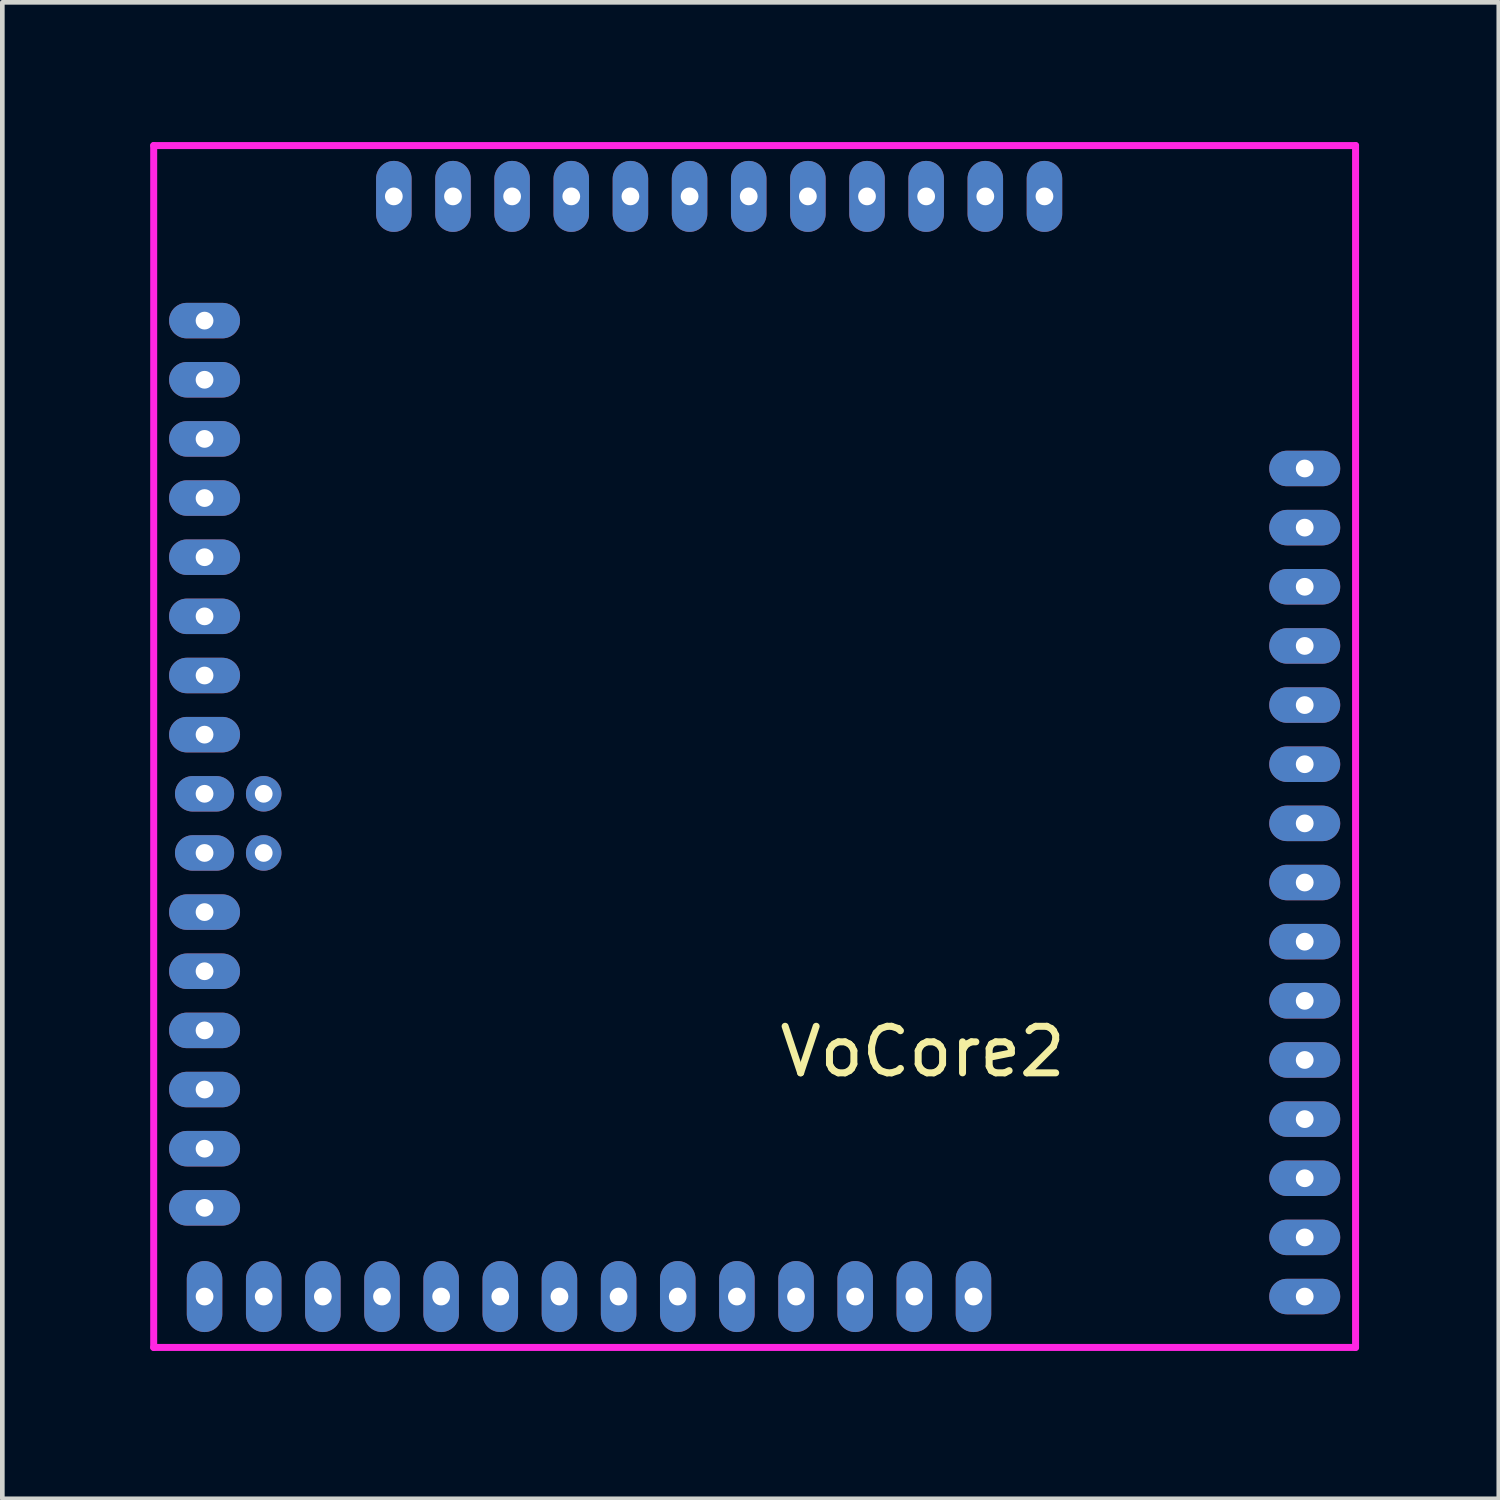
<source format=kicad_pcb>
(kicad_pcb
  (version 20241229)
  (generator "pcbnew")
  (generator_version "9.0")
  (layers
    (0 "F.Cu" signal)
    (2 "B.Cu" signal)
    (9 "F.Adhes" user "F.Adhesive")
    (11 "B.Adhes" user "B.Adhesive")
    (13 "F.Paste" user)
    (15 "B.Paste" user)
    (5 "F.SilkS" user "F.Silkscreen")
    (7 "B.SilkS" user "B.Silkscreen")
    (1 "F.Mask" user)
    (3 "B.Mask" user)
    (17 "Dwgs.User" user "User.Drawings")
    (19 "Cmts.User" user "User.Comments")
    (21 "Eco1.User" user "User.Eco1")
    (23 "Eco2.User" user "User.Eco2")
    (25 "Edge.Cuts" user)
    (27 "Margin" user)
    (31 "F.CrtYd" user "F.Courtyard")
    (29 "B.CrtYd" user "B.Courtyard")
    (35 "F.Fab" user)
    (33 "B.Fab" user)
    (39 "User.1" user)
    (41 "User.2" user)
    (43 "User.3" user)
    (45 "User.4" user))
  (footprint "VoCore2"
    (layer "F.Cu")
    (at 0.25 25.881)
    (property "Reference" "VoCore2" (at 16.51 -6.35 0) (layer "F.SilkS") (effects (font (size 1 1) (thickness 0.15))))
    (attr through_hole)
    (fp_line (start 0 0) (end 0 -25.806) (stroke (width 0.15) (type solid)) (layer "F.CrtYd"))
    (fp_line (start 0 0) (end 25.806 0) (stroke (width 0.15) (type solid)) (layer "F.CrtYd"))
    (fp_line (start 25.806 -25.806) (end 0 -25.806) (stroke (width 0.15) (type solid)) (layer "F.CrtYd"))
    (fp_line (start 25.806 0) (end 25.806 -25.806) (stroke (width 0.15) (type solid)) (layer "F.CrtYd"))
    (pad "1" thru_hole oval (at 1.092 -22.047) (size 1.524 0.762) (drill 0.381) (layers "*.Cu" "*.Mask"))
    (pad "2" thru_hole oval (at 1.092 -20.777) (size 1.524 0.762) (drill 0.381) (layers "*.Cu" "*.Mask"))
    (pad "3" thru_hole oval (at 1.092 -19.507) (size 1.524 0.762) (drill 0.381) (layers "*.Cu" "*.Mask"))
    (pad "4" thru_hole oval (at 1.092 -18.237) (size 1.524 0.762) (drill 0.381) (layers "*.Cu" "*.Mask"))
    (pad "5" thru_hole oval (at 1.092 -16.967) (size 1.524 0.762) (drill 0.381) (layers "*.Cu" "*.Mask"))
    (pad "6" thru_hole oval (at 1.092 -15.697) (size 1.524 0.762) (drill 0.381) (layers "*.Cu" "*.Mask"))
    (pad "7" thru_hole oval (at 1.092 -14.427) (size 1.524 0.762) (drill 0.381) (layers "*.Cu" "*.Mask"))
    (pad "8" thru_hole oval (at 1.092 -13.157) (size 1.524 0.762) (drill 0.381) (layers "*.Cu" "*.Mask"))
    (pad "9" thru_hole oval (at 1.092 -11.887) (size 1.27 0.762) (drill 0.381) (layers "*.Cu" "*.Mask"))
    (pad "10" thru_hole oval (at 1.092 -10.617) (size 1.27 0.762) (drill 0.381) (layers "*.Cu" "*.Mask"))
    (pad "11" thru_hole oval (at 1.092 -9.347) (size 1.524 0.762) (drill 0.381) (layers "*.Cu" "*.Mask"))
    (pad "12" thru_hole oval (at 1.092 -8.077) (size 1.524 0.762) (drill 0.381) (layers "*.Cu" "*.Mask"))
    (pad "13" thru_hole oval (at 1.092 -6.807) (size 1.524 0.762) (drill 0.381) (layers "*.Cu" "*.Mask"))
    (pad "14" thru_hole oval (at 1.092 -5.537) (size 1.524 0.762) (drill 0.381) (layers "*.Cu" "*.Mask"))
    (pad "15" thru_hole oval (at 1.092 -4.267) (size 1.524 0.762) (drill 0.381) (layers "*.Cu" "*.Mask"))
    (pad "16" thru_hole oval (at 1.092 -2.997) (size 1.524 0.762) (drill 0.381) (layers "*.Cu" "*.Mask"))
    (pad "17" thru_hole oval (at 1.092 -1.092) (size 0.762 1.524) (drill 0.381) (layers "*.Cu" "*.Mask"))
    (pad "18" thru_hole oval (at 2.362 -1.092) (size 0.762 1.524) (drill 0.381) (layers "*.Cu" "*.Mask"))
    (pad "19" thru_hole oval (at 3.632 -1.092) (size 0.762 1.524) (drill 0.381) (layers "*.Cu" "*.Mask"))
    (pad "20" thru_hole oval (at 4.902 -1.092) (size 0.762 1.524) (drill 0.381) (layers "*.Cu" "*.Mask"))
    (pad "21" thru_hole oval (at 6.172 -1.092) (size 0.762 1.524) (drill 0.381) (layers "*.Cu" "*.Mask"))
    (pad "22" thru_hole oval (at 7.442 -1.092) (size 0.762 1.524) (drill 0.381) (layers "*.Cu" "*.Mask"))
    (pad "23" thru_hole oval (at 8.712 -1.092) (size 0.762 1.524) (drill 0.381) (layers "*.Cu" "*.Mask"))
    (pad "24" thru_hole oval (at 9.982 -1.092) (size 0.762 1.524) (drill 0.381) (layers "*.Cu" "*.Mask"))
    (pad "25" thru_hole oval (at 11.252 -1.092) (size 0.762 1.524) (drill 0.381) (layers "*.Cu" "*.Mask"))
    (pad "26" thru_hole oval (at 12.522 -1.092) (size 0.762 1.524) (drill 0.381) (layers "*.Cu" "*.Mask"))
    (pad "27" thru_hole oval (at 13.792 -1.092) (size 0.762 1.524) (drill 0.381) (layers "*.Cu" "*.Mask"))
    (pad "28" thru_hole oval (at 15.062 -1.092) (size 0.762 1.524) (drill 0.381) (layers "*.Cu" "*.Mask"))
    (pad "29" thru_hole oval (at 16.332 -1.092) (size 0.762 1.524) (drill 0.381) (layers "*.Cu" "*.Mask"))
    (pad "30" thru_hole oval (at 17.602 -1.092) (size 0.762 1.524) (drill 0.381) (layers "*.Cu" "*.Mask"))
    (pad "31" thru_hole oval (at 5.156 -24.714) (size 0.762 1.524) (drill 0.381) (layers "*.Cu" "*.Mask"))
    (pad "32" thru_hole oval (at 6.426 -24.714) (size 0.762 1.524) (drill 0.381) (layers "*.Cu" "*.Mask"))
    (pad "33" thru_hole oval (at 7.696 -24.714) (size 0.762 1.524) (drill 0.381) (layers "*.Cu" "*.Mask"))
    (pad "34" thru_hole oval (at 8.966 -24.714) (size 0.762 1.524) (drill 0.381) (layers "*.Cu" "*.Mask"))
    (pad "35" thru_hole oval (at 10.236 -24.714) (size 0.762 1.524) (drill 0.381) (layers "*.Cu" "*.Mask"))
    (pad "36" thru_hole oval (at 11.506 -24.714) (size 0.762 1.524) (drill 0.381) (layers "*.Cu" "*.Mask"))
    (pad "37" thru_hole oval (at 12.776 -24.714) (size 0.762 1.524) (drill 0.381) (layers "*.Cu" "*.Mask"))
    (pad "38" thru_hole oval (at 14.046 -24.714) (size 0.762 1.524) (drill 0.381) (layers "*.Cu" "*.Mask"))
    (pad "39" thru_hole oval (at 15.316 -24.714) (size 0.762 1.524) (drill 0.381) (layers "*.Cu" "*.Mask"))
    (pad "40" thru_hole oval (at 16.586 -24.714) (size 0.762 1.524) (drill 0.381) (layers "*.Cu" "*.Mask"))
    (pad "41" thru_hole oval (at 17.856 -24.714) (size 0.762 1.524) (drill 0.381) (layers "*.Cu" "*.Mask"))
    (pad "42" thru_hole oval (at 19.126 -24.714) (size 0.762 1.524) (drill 0.381) (layers "*.Cu" "*.Mask"))
    (pad "43" thru_hole oval (at 24.714 -18.872) (size 1.524 0.762) (drill 0.381) (layers "*.Cu" "*.Mask"))
    (pad "44" thru_hole oval (at 24.714 -17.602) (size 1.524 0.762) (drill 0.381) (layers "*.Cu" "*.Mask"))
    (pad "45" thru_hole oval (at 24.714 -16.332) (size 1.524 0.762) (drill 0.381) (layers "*.Cu" "*.Mask"))
    (pad "46" thru_hole oval (at 24.714 -15.062) (size 1.524 0.762) (drill 0.381) (layers "*.Cu" "*.Mask"))
    (pad "47" thru_hole oval (at 24.714 -13.792) (size 1.524 0.762) (drill 0.381) (layers "*.Cu" "*.Mask"))
    (pad "48" thru_hole oval (at 24.714 -12.522) (size 1.524 0.762) (drill 0.381) (layers "*.Cu" "*.Mask"))
    (pad "49" thru_hole oval (at 24.714 -11.252) (size 1.524 0.762) (drill 0.381) (layers "*.Cu" "*.Mask"))
    (pad "50" thru_hole oval (at 24.714 -9.982) (size 1.524 0.762) (drill 0.381) (layers "*.Cu" "*.Mask"))
    (pad "51" thru_hole oval (at 24.714 -8.712) (size 1.524 0.762) (drill 0.381) (layers "*.Cu" "*.Mask"))
    (pad "52" thru_hole oval (at 24.714 -7.442) (size 1.524 0.762) (drill 0.381) (layers "*.Cu" "*.Mask"))
    (pad "53" thru_hole oval (at 24.714 -6.172) (size 1.524 0.762) (drill 0.381) (layers "*.Cu" "*.Mask"))
    (pad "54" thru_hole oval (at 24.714 -4.902) (size 1.524 0.762) (drill 0.381) (layers "*.Cu" "*.Mask"))
    (pad "55" thru_hole oval (at 24.714 -3.632) (size 1.524 0.762) (drill 0.381) (layers "*.Cu" "*.Mask"))
    (pad "56" thru_hole oval (at 24.714 -2.362) (size 1.524 0.762) (drill 0.381) (layers "*.Cu" "*.Mask"))
    (pad "57" thru_hole oval (at 24.714 -1.092) (size 1.524 0.762) (drill 0.381) (layers "*.Cu" "*.Mask"))
    (pad "58" thru_hole oval (at 2.362 -11.887) (size 0.762 0.762) (drill 0.381) (layers "*.Cu" "*.Mask"))
    (pad "59" thru_hole oval (at 2.362 -10.617) (size 0.762 0.762) (drill 0.381) (layers "*.Cu" "*.Mask")))
  (gr_rect
    (start -3 -3)
    (end 29.131 29.131)
    (stroke (width 0.1) (type default))
    (fill no)
    (layer "Edge.Cuts")))
</source>
